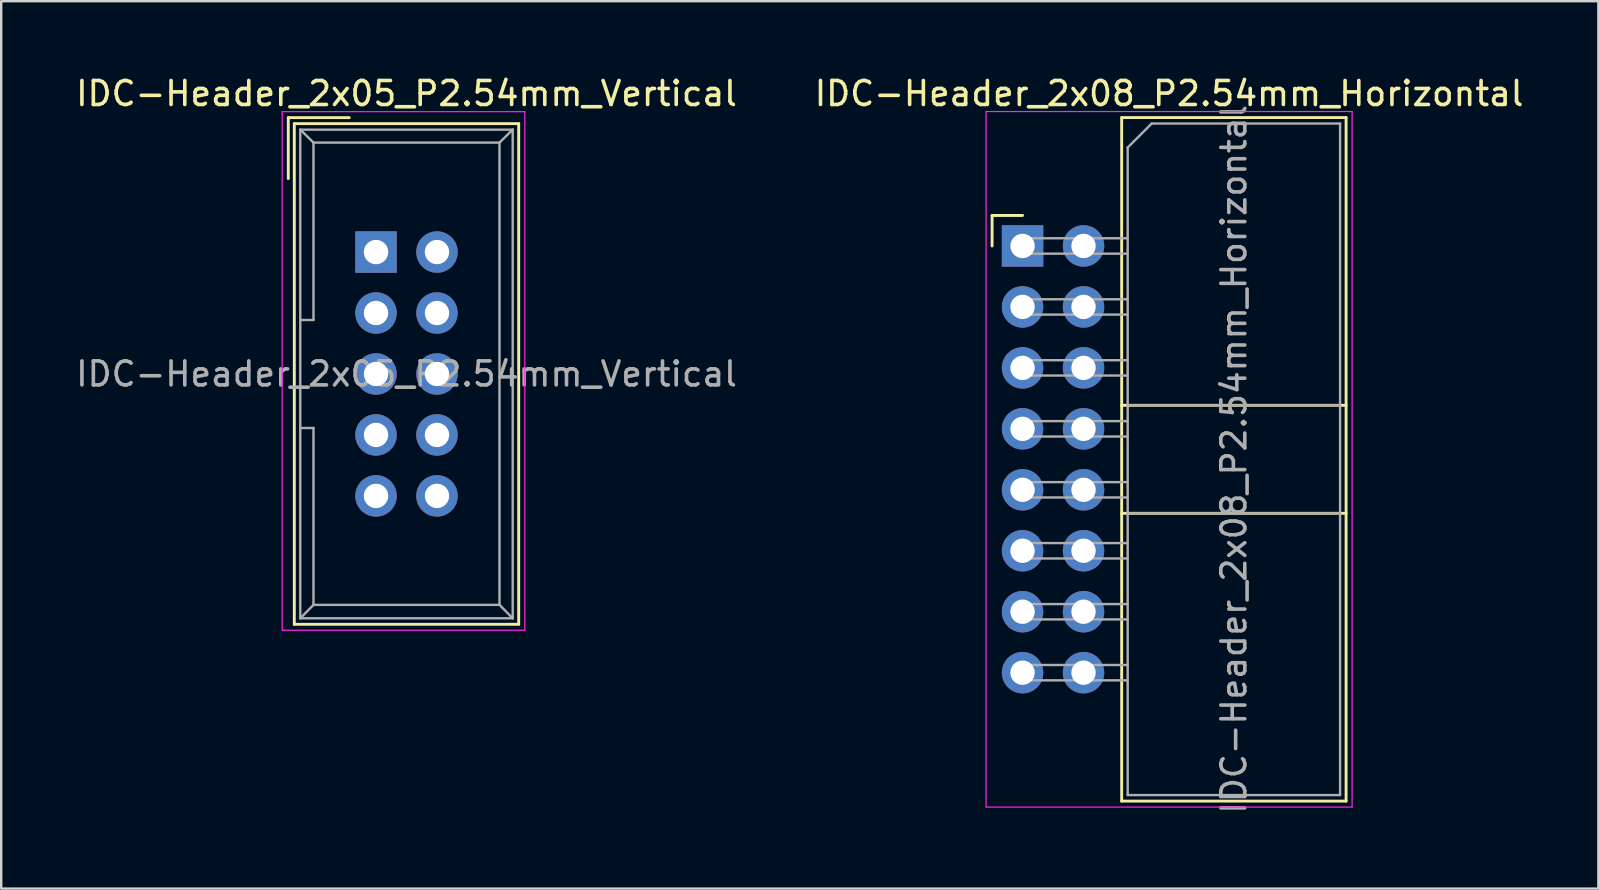
<source format=kicad_pcb>
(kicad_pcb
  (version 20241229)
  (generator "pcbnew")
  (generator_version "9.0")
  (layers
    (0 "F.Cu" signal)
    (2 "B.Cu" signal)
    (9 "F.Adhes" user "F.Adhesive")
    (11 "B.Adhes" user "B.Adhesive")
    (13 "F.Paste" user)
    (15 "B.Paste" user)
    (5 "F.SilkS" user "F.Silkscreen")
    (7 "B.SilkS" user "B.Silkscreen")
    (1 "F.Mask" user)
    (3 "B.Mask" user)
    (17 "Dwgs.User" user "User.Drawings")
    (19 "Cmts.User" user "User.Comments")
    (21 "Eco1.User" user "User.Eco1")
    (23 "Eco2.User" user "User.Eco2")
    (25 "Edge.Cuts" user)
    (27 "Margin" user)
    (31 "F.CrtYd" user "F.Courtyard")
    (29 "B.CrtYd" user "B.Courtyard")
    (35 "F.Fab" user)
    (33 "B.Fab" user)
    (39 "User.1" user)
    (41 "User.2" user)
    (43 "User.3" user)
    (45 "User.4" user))
  (footprint "IDC-Header_2x08_P2.54mm_Horizontal"
    (layer "F.Cu")
    (at 39.556 7.198)
    (property "Reference" "IDC-Header_2x08_P2.54mm_Horizontal" (at 6.105 -6.35 0) (layer "F.SilkS") (effects (font (size 1 1) (thickness 0.15))))
    (attr through_hole)
    (fp_line (start -1.27 -1.27) (end -1.27 0) (stroke (width 0.12) (type solid)) (layer "F.SilkS"))
    (fp_line (start 0 -1.27) (end -1.27 -1.27) (stroke (width 0.12) (type solid)) (layer "F.SilkS"))
    (fp_line (start 4.13 -5.35) (end 13.48 -5.35) (stroke (width 0.12) (type solid)) (layer "F.SilkS"))
    (fp_line (start 4.13 6.64) (end 13.48 6.64) (stroke (width 0.12) (type solid)) (layer "F.SilkS"))
    (fp_line (start 4.13 11.14) (end 13.48 11.14) (stroke (width 0.12) (type solid)) (layer "F.SilkS"))
    (fp_line (start 4.13 23.13) (end 4.13 -5.35) (stroke (width 0.12) (type solid)) (layer "F.SilkS"))
    (fp_line (start 4.13 23.13) (end 13.48 23.13) (stroke (width 0.12) (type solid)) (layer "F.SilkS"))
    (fp_line (start 13.48 -5.35) (end 13.48 23.13) (stroke (width 0.12) (type solid)) (layer "F.SilkS"))
    (fp_line (start -1.52 -5.6) (end 13.73 -5.6) (stroke (width 0.05) (type solid)) (layer "F.CrtYd"))
    (fp_line (start -1.52 23.38) (end -1.52 -5.6) (stroke (width 0.05) (type solid)) (layer "F.CrtYd"))
    (fp_line (start 13.73 -5.6) (end 13.73 23.38) (stroke (width 0.05) (type solid)) (layer "F.CrtYd"))
    (fp_line (start 13.73 23.38) (end -1.52 23.38) (stroke (width 0.05) (type solid)) (layer "F.CrtYd"))
    (fp_line (start -0.32 -0.32) (end -0.32 0.32) (stroke (width 0.1) (type solid)) (layer "F.Fab"))
    (fp_line (start -0.32 0.32) (end 4.38 0.32) (stroke (width 0.1) (type solid)) (layer "F.Fab"))
    (fp_line (start -0.32 2.22) (end -0.32 2.86) (stroke (width 0.1) (type solid)) (layer "F.Fab"))
    (fp_line (start -0.32 2.86) (end 4.38 2.86) (stroke (width 0.1) (type solid)) (layer "F.Fab"))
    (fp_line (start -0.32 4.76) (end -0.32 5.4) (stroke (width 0.1) (type solid)) (layer "F.Fab"))
    (fp_line (start -0.32 5.4) (end 4.38 5.4) (stroke (width 0.1) (type solid)) (layer "F.Fab"))
    (fp_line (start -0.32 7.3) (end -0.32 7.94) (stroke (width 0.1) (type solid)) (layer "F.Fab"))
    (fp_line (start -0.32 7.94) (end 4.38 7.94) (stroke (width 0.1) (type solid)) (layer "F.Fab"))
    (fp_line (start -0.32 9.84) (end -0.32 10.48) (stroke (width 0.1) (type solid)) (layer "F.Fab"))
    (fp_line (start -0.32 10.48) (end 4.38 10.48) (stroke (width 0.1) (type solid)) (layer "F.Fab"))
    (fp_line (start -0.32 12.38) (end -0.32 13.02) (stroke (width 0.1) (type solid)) (layer "F.Fab"))
    (fp_line (start -0.32 13.02) (end 4.38 13.02) (stroke (width 0.1) (type solid)) (layer "F.Fab"))
    (fp_line (start -0.32 14.92) (end -0.32 15.56) (stroke (width 0.1) (type solid)) (layer "F.Fab"))
    (fp_line (start -0.32 15.56) (end 4.38 15.56) (stroke (width 0.1) (type solid)) (layer "F.Fab"))
    (fp_line (start -0.32 17.46) (end -0.32 18.1) (stroke (width 0.1) (type solid)) (layer "F.Fab"))
    (fp_line (start -0.32 18.1) (end 4.38 18.1) (stroke (width 0.1) (type solid)) (layer "F.Fab"))
    (fp_line (start 4.38 -4.1) (end 5.38 -5.1) (stroke (width 0.1) (type solid)) (layer "F.Fab"))
    (fp_line (start 4.38 -0.32) (end -0.32 -0.32) (stroke (width 0.1) (type solid)) (layer "F.Fab"))
    (fp_line (start 4.38 2.22) (end -0.32 2.22) (stroke (width 0.1) (type solid)) (layer "F.Fab"))
    (fp_line (start 4.38 4.76) (end -0.32 4.76) (stroke (width 0.1) (type solid)) (layer "F.Fab"))
    (fp_line (start 4.38 6.64) (end 13.23 6.64) (stroke (width 0.1) (type solid)) (layer "F.Fab"))
    (fp_line (start 4.38 7.3) (end -0.32 7.3) (stroke (width 0.1) (type solid)) (layer "F.Fab"))
    (fp_line (start 4.38 9.84) (end -0.32 9.84) (stroke (width 0.1) (type solid)) (layer "F.Fab"))
    (fp_line (start 4.38 11.14) (end 13.23 11.14) (stroke (width 0.1) (type solid)) (layer "F.Fab"))
    (fp_line (start 4.38 12.38) (end -0.32 12.38) (stroke (width 0.1) (type solid)) (layer "F.Fab"))
    (fp_line (start 4.38 14.92) (end -0.32 14.92) (stroke (width 0.1) (type solid)) (layer "F.Fab"))
    (fp_line (start 4.38 17.46) (end -0.32 17.46) (stroke (width 0.1) (type solid)) (layer "F.Fab"))
    (fp_line (start 4.38 22.88) (end 4.38 -4.1) (stroke (width 0.1) (type solid)) (layer "F.Fab"))
    (fp_line (start 4.38 22.88) (end 13.23 22.88) (stroke (width 0.1) (type solid)) (layer "F.Fab"))
    (fp_line (start 5.38 -5.1) (end 13.23 -5.1) (stroke (width 0.1) (type solid)) (layer "F.Fab"))
    (fp_line (start 13.23 22.88) (end 13.23 -5.1) (stroke (width 0.1) (type solid)) (layer "F.Fab"))
    (fp_text user "${REFERENCE}" (at 8.805 8.89 90) (layer "F.Fab") (effects (font (size 1 1) (thickness 0.15))))
    (pad "1" thru_hole rect (at 0 0) (size 1.727 1.727) (drill 1.016) (layers "*.Cu" "*.Mask"))
    (pad "2" thru_hole oval (at 2.54 0) (size 1.727 1.727) (drill 1.016) (layers "*.Cu" "*.Mask"))
    (pad "3" thru_hole oval (at 0 2.54) (size 1.727 1.727) (drill 1.016) (layers "*.Cu" "*.Mask"))
    (pad "4" thru_hole oval (at 2.54 2.54) (size 1.727 1.727) (drill 1.016) (layers "*.Cu" "*.Mask"))
    (pad "5" thru_hole oval (at 0 5.08) (size 1.727 1.727) (drill 1.016) (layers "*.Cu" "*.Mask"))
    (pad "6" thru_hole oval (at 2.54 5.08) (size 1.727 1.727) (drill 1.016) (layers "*.Cu" "*.Mask"))
    (pad "7" thru_hole oval (at 0 7.62) (size 1.727 1.727) (drill 1.016) (layers "*.Cu" "*.Mask"))
    (pad "8" thru_hole oval (at 2.54 7.62) (size 1.727 1.727) (drill 1.016) (layers "*.Cu" "*.Mask"))
    (pad "9" thru_hole oval (at 0 10.16) (size 1.727 1.727) (drill 1.016) (layers "*.Cu" "*.Mask"))
    (pad "10" thru_hole oval (at 2.54 10.16) (size 1.727 1.727) (drill 1.016) (layers "*.Cu" "*.Mask"))
    (pad "11" thru_hole oval (at 0 12.7) (size 1.727 1.727) (drill 1.016) (layers "*.Cu" "*.Mask"))
    (pad "12" thru_hole oval (at 2.54 12.7) (size 1.727 1.727) (drill 1.016) (layers "*.Cu" "*.Mask"))
    (pad "13" thru_hole oval (at 0 15.24) (size 1.727 1.727) (drill 1.016) (layers "*.Cu" "*.Mask"))
    (pad "14" thru_hole oval (at 2.54 15.24) (size 1.727 1.727) (drill 1.016) (layers "*.Cu" "*.Mask"))
    (pad "15" thru_hole oval (at 0 17.78) (size 1.727 1.727) (drill 1.016) (layers "*.Cu" "*.Mask"))
    (pad "16" thru_hole oval (at 2.54 17.78) (size 1.727 1.727) (drill 1.016) (layers "*.Cu" "*.Mask")))
  (footprint "IDC-Header_2x05_P2.54mm_Vertical"
    (layer "F.Cu")
    (at 12.617 7.452)
    (property "Reference" "IDC-Header_2x05_P2.54mm_Vertical" (at 1.27 -6.604 0) (layer "F.SilkS") (effects (font (size 1 1) (thickness 0.15))))
    (attr through_hole)
    (fp_line (start -3.655 -5.6) (end -3.655 -3.06) (stroke (width 0.12) (type solid)) (layer "F.SilkS"))
    (fp_line (start -3.655 -5.6) (end -1.115 -5.6) (stroke (width 0.12) (type solid)) (layer "F.SilkS"))
    (fp_line (start -3.405 -5.35) (end 5.945 -5.35) (stroke (width 0.12) (type solid)) (layer "F.SilkS"))
    (fp_line (start -3.405 15.51) (end -3.405 -5.35) (stroke (width 0.12) (type solid)) (layer "F.SilkS"))
    (fp_line (start 5.945 -5.35) (end 5.945 15.51) (stroke (width 0.12) (type solid)) (layer "F.SilkS"))
    (fp_line (start 5.945 15.51) (end -3.405 15.51) (stroke (width 0.12) (type solid)) (layer "F.SilkS"))
    (fp_line (start -3.91 -5.85) (end 6.2 -5.85) (stroke (width 0.05) (type solid)) (layer "F.CrtYd"))
    (fp_line (start -3.91 15.76) (end -3.91 -5.85) (stroke (width 0.05) (type solid)) (layer "F.CrtYd"))
    (fp_line (start 6.2 -5.85) (end 6.2 15.76) (stroke (width 0.05) (type solid)) (layer "F.CrtYd"))
    (fp_line (start 6.2 15.76) (end -3.91 15.76) (stroke (width 0.05) (type solid)) (layer "F.CrtYd"))
    (fp_line (start -3.155 -5.1) (end -3.155 15.26) (stroke (width 0.1) (type solid)) (layer "F.Fab"))
    (fp_line (start -3.155 -5.1) (end -2.605 -4.56) (stroke (width 0.1) (type solid)) (layer "F.Fab"))
    (fp_line (start -3.155 15.26) (end -2.605 14.7) (stroke (width 0.1) (type solid)) (layer "F.Fab"))
    (fp_line (start -2.605 -4.56) (end -2.605 2.83) (stroke (width 0.1) (type solid)) (layer "F.Fab"))
    (fp_line (start -2.605 2.83) (end -3.155 2.83) (stroke (width 0.1) (type solid)) (layer "F.Fab"))
    (fp_line (start -2.605 7.33) (end -3.155 7.33) (stroke (width 0.1) (type solid)) (layer "F.Fab"))
    (fp_line (start -2.605 7.33) (end -2.605 14.7) (stroke (width 0.1) (type solid)) (layer "F.Fab"))
    (fp_line (start 5.145 -4.56) (end -2.605 -4.56) (stroke (width 0.1) (type solid)) (layer "F.Fab"))
    (fp_line (start 5.145 -4.56) (end 5.145 14.7) (stroke (width 0.1) (type solid)) (layer "F.Fab"))
    (fp_line (start 5.145 14.7) (end -2.605 14.7) (stroke (width 0.1) (type solid)) (layer "F.Fab"))
    (fp_line (start 5.695 -5.1) (end -3.155 -5.1) (stroke (width 0.1) (type solid)) (layer "F.Fab"))
    (fp_line (start 5.695 -5.1) (end 5.145 -4.56) (stroke (width 0.1) (type solid)) (layer "F.Fab"))
    (fp_line (start 5.695 -5.1) (end 5.695 15.26) (stroke (width 0.1) (type solid)) (layer "F.Fab"))
    (fp_line (start 5.695 15.26) (end -3.155 15.26) (stroke (width 0.1) (type solid)) (layer "F.Fab"))
    (fp_line (start 5.695 15.26) (end 5.145 14.7) (stroke (width 0.1) (type solid)) (layer "F.Fab"))
    (fp_text user "${REFERENCE}" (at 1.27 5.08 0) (layer "F.Fab") (effects (font (size 1 1) (thickness 0.15))))
    (pad "1" thru_hole rect (at 0 0) (size 1.727 1.727) (drill 1.016) (layers "*.Cu" "*.Mask"))
    (pad "2" thru_hole oval (at 2.54 0) (size 1.727 1.727) (drill 1.016) (layers "*.Cu" "*.Mask"))
    (pad "3" thru_hole oval (at 0 2.54) (size 1.727 1.727) (drill 1.016) (layers "*.Cu" "*.Mask"))
    (pad "4" thru_hole oval (at 2.54 2.54) (size 1.727 1.727) (drill 1.016) (layers "*.Cu" "*.Mask"))
    (pad "5" thru_hole oval (at 0 5.08) (size 1.727 1.727) (drill 1.016) (layers "*.Cu" "*.Mask"))
    (pad "6" thru_hole oval (at 2.54 5.08) (size 1.727 1.727) (drill 1.016) (layers "*.Cu" "*.Mask"))
    (pad "7" thru_hole oval (at 0 7.62) (size 1.727 1.727) (drill 1.016) (layers "*.Cu" "*.Mask"))
    (pad "8" thru_hole oval (at 2.54 7.62) (size 1.727 1.727) (drill 1.016) (layers "*.Cu" "*.Mask"))
    (pad "9" thru_hole oval (at 0 10.16) (size 1.727 1.727) (drill 1.016) (layers "*.Cu" "*.Mask"))
    (pad "10" thru_hole oval (at 2.54 10.16) (size 1.727 1.727) (drill 1.016) (layers "*.Cu" "*.Mask")))
  (gr_rect
    (start -3 -3)
    (end 63.548 33.975)
    (stroke (width 0.1) (type default))
    (fill no)
    (layer "Edge.Cuts")))
</source>
